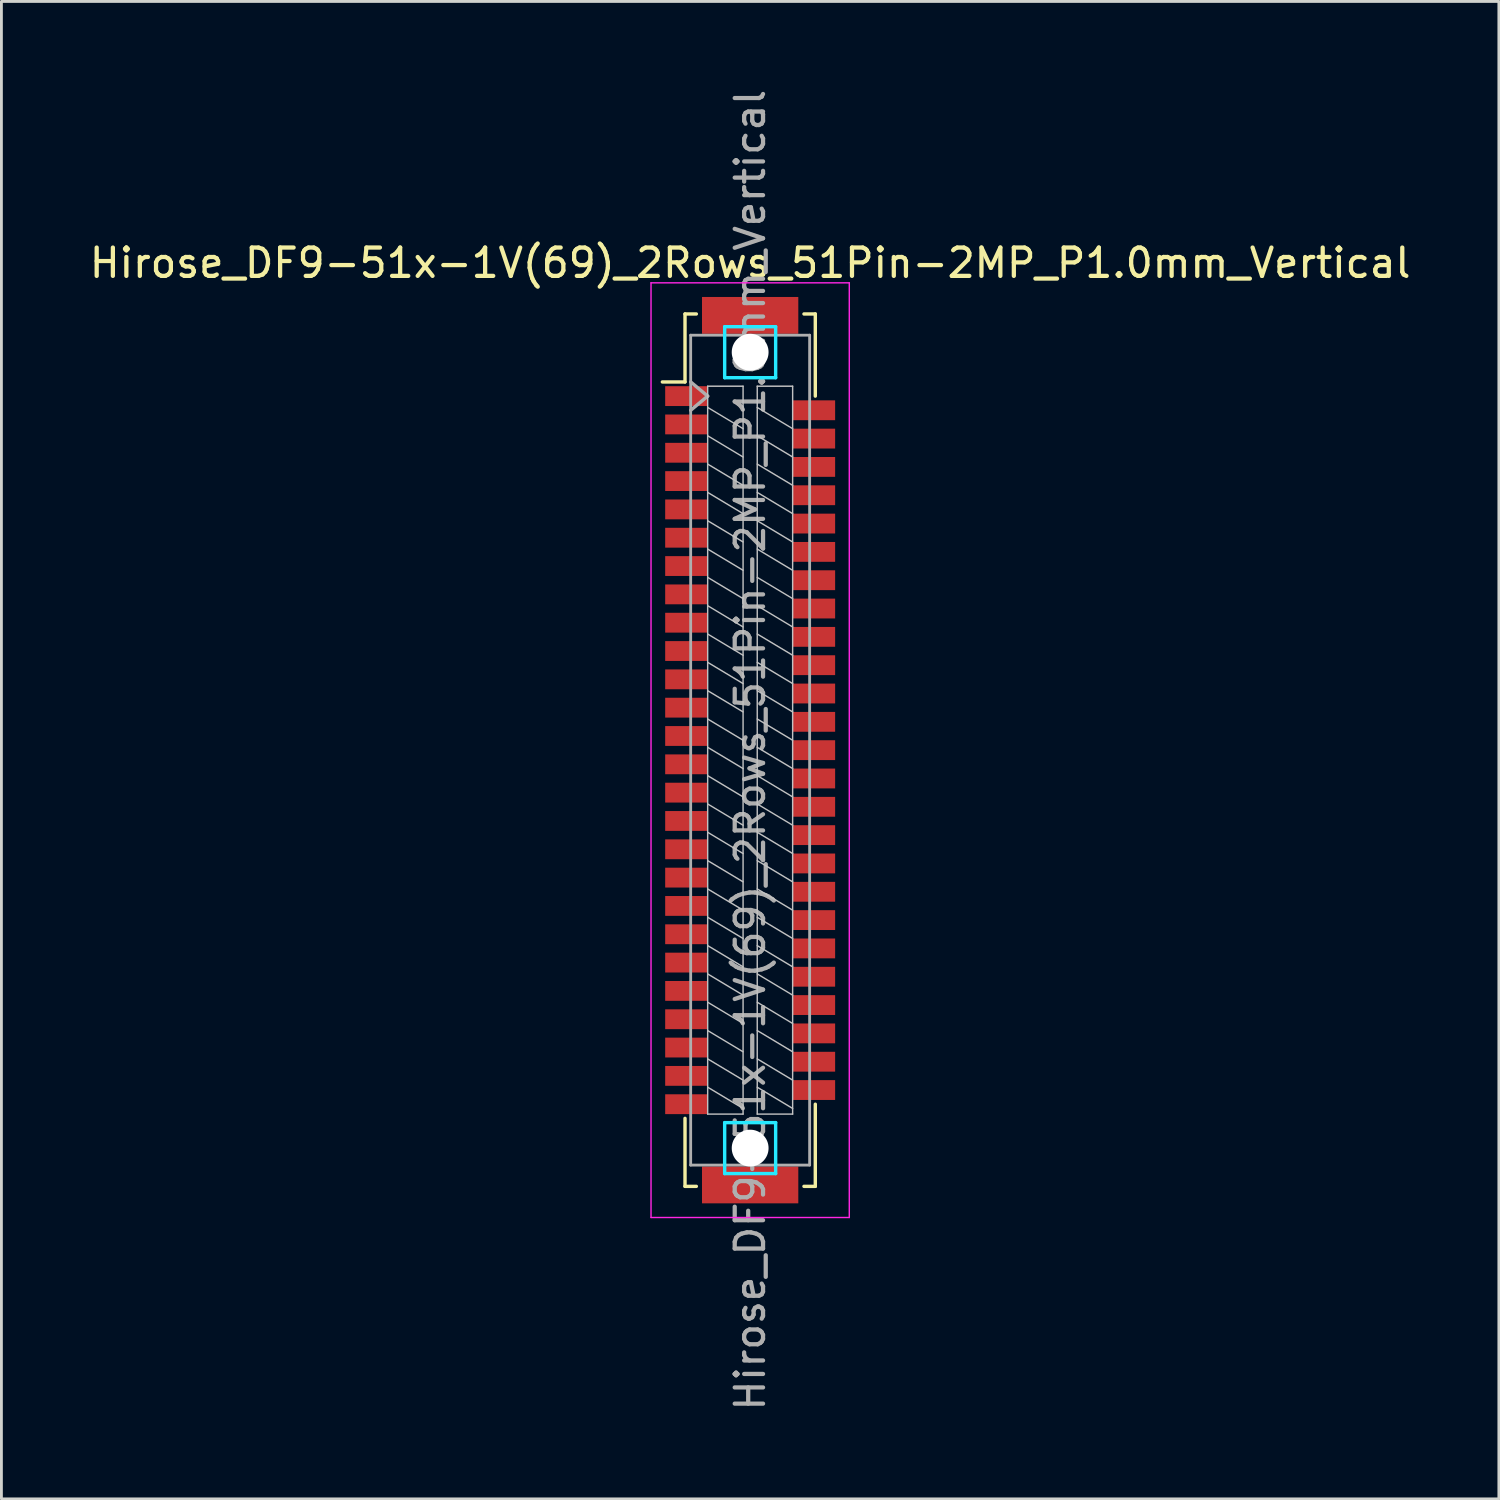
<source format=kicad_pcb>
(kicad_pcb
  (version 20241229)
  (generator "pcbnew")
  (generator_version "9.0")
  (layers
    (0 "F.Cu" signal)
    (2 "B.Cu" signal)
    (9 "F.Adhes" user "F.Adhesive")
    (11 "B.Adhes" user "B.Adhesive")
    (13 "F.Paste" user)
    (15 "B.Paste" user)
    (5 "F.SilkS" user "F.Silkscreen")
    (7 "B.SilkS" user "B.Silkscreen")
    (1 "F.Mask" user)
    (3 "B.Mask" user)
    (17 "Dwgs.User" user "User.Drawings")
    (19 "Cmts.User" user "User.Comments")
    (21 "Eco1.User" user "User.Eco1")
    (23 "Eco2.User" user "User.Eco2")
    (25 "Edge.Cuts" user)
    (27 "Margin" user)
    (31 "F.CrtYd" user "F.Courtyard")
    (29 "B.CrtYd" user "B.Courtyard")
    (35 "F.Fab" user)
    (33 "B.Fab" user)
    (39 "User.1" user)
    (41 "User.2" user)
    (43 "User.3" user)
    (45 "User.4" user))
  (footprint "Hirose_DF9-51x-1V(69)_2Rows_51Pin-2MP_P1.0mm_Vertical"
    (layer "F.Cu")
    (at 23.435 23.435)
    (property "Reference" "Hirose_DF9-51x-1V(69)_2Rows_51Pin-2MP_P1.0mm_Vertical" (at 0 -17.2 0) (layer "F.SilkS") (effects (font (size 1 1) (thickness 0.15))))
    (attr smd)
    (fp_line (start -3.1 -13) (end -2.3 -13) (stroke (width 0.12) (type solid)) (layer "F.SilkS"))
    (fp_line (start -2.3 -15.4) (end -1.9 -15.4) (stroke (width 0.12) (type solid)) (layer "F.SilkS"))
    (fp_line (start -2.3 -13) (end -2.3 -15.4) (stroke (width 0.12) (type solid)) (layer "F.SilkS"))
    (fp_line (start -2.3 13) (end -2.3 15.4) (stroke (width 0.12) (type solid)) (layer "F.SilkS"))
    (fp_line (start -2.3 15.4) (end -1.9 15.4) (stroke (width 0.12) (type solid)) (layer "F.SilkS"))
    (fp_line (start 2.3 -15.4) (end 1.9 -15.4) (stroke (width 0.12) (type solid)) (layer "F.SilkS"))
    (fp_line (start 2.3 -12.5) (end 2.3 -15.4) (stroke (width 0.12) (type solid)) (layer "F.SilkS"))
    (fp_line (start 2.3 12.5) (end 2.3 15.4) (stroke (width 0.12) (type solid)) (layer "F.SilkS"))
    (fp_line (start 2.3 15.4) (end 1.9 15.4) (stroke (width 0.12) (type solid)) (layer "F.SilkS"))
    (fp_line (start -1.5 -12.85) (end -0.25 -12.85) (stroke (width 0.05) (type solid)) (layer "Dwgs.User"))
    (fp_line (start -1.5 12.85) (end -1.5 -12.85) (stroke (width 0.05) (type solid)) (layer "Dwgs.User"))
    (fp_line (start -0.25 -12.85) (end -0.25 12.85) (stroke (width 0.05) (type solid)) (layer "Dwgs.User"))
    (fp_line (start -0.25 -11.35) (end -1.5 -12.1) (stroke (width 0.05) (type solid)) (layer "Dwgs.User"))
    (fp_line (start -0.25 -10.35) (end -1.5 -11.1) (stroke (width 0.05) (type solid)) (layer "Dwgs.User"))
    (fp_line (start -0.25 -9.35) (end -1.5 -10.1) (stroke (width 0.05) (type solid)) (layer "Dwgs.User"))
    (fp_line (start -0.25 -8.35) (end -1.5 -9.1) (stroke (width 0.05) (type solid)) (layer "Dwgs.User"))
    (fp_line (start -0.25 -7.35) (end -1.5 -8.1) (stroke (width 0.05) (type solid)) (layer "Dwgs.User"))
    (fp_line (start -0.25 -6.35) (end -1.5 -7.1) (stroke (width 0.05) (type solid)) (layer "Dwgs.User"))
    (fp_line (start -0.25 -5.35) (end -1.5 -6.1) (stroke (width 0.05) (type solid)) (layer "Dwgs.User"))
    (fp_line (start -0.25 -4.35) (end -1.5 -5.1) (stroke (width 0.05) (type solid)) (layer "Dwgs.User"))
    (fp_line (start -0.25 -3.35) (end -1.5 -4.1) (stroke (width 0.05) (type solid)) (layer "Dwgs.User"))
    (fp_line (start -0.25 -2.35) (end -1.5 -3.1) (stroke (width 0.05) (type solid)) (layer "Dwgs.User"))
    (fp_line (start -0.25 -1.35) (end -1.5 -2.1) (stroke (width 0.05) (type solid)) (layer "Dwgs.User"))
    (fp_line (start -0.25 -0.35) (end -1.5 -1.1) (stroke (width 0.05) (type solid)) (layer "Dwgs.User"))
    (fp_line (start -0.25 0.65) (end -1.5 -0.1) (stroke (width 0.05) (type solid)) (layer "Dwgs.User"))
    (fp_line (start -0.25 1.65) (end -1.5 0.9) (stroke (width 0.05) (type solid)) (layer "Dwgs.User"))
    (fp_line (start -0.25 2.65) (end -1.5 1.9) (stroke (width 0.05) (type solid)) (layer "Dwgs.User"))
    (fp_line (start -0.25 3.65) (end -1.5 2.9) (stroke (width 0.05) (type solid)) (layer "Dwgs.User"))
    (fp_line (start -0.25 4.65) (end -1.5 3.9) (stroke (width 0.05) (type solid)) (layer "Dwgs.User"))
    (fp_line (start -0.25 5.65) (end -1.5 4.9) (stroke (width 0.05) (type solid)) (layer "Dwgs.User"))
    (fp_line (start -0.25 6.65) (end -1.5 5.9) (stroke (width 0.05) (type solid)) (layer "Dwgs.User"))
    (fp_line (start -0.25 7.65) (end -1.5 6.9) (stroke (width 0.05) (type solid)) (layer "Dwgs.User"))
    (fp_line (start -0.25 8.65) (end -1.5 7.9) (stroke (width 0.05) (type solid)) (layer "Dwgs.User"))
    (fp_line (start -0.25 9.65) (end -1.5 8.9) (stroke (width 0.05) (type solid)) (layer "Dwgs.User"))
    (fp_line (start -0.25 10.65) (end -1.5 9.9) (stroke (width 0.05) (type solid)) (layer "Dwgs.User"))
    (fp_line (start -0.25 11.65) (end -1.5 10.9) (stroke (width 0.05) (type solid)) (layer "Dwgs.User"))
    (fp_line (start -0.25 12.65) (end -1.5 11.9) (stroke (width 0.05) (type solid)) (layer "Dwgs.User"))
    (fp_line (start -0.25 12.85) (end -1.5 12.85) (stroke (width 0.05) (type solid)) (layer "Dwgs.User"))
    (fp_line (start 0.25 -12.85) (end 1.5 -12.85) (stroke (width 0.05) (type solid)) (layer "Dwgs.User"))
    (fp_line (start 0.25 12.85) (end 0.25 -12.85) (stroke (width 0.05) (type solid)) (layer "Dwgs.User"))
    (fp_line (start 1.5 -12.85) (end 1.5 12.85) (stroke (width 0.05) (type solid)) (layer "Dwgs.User"))
    (fp_line (start 1.5 -11.35) (end 0.25 -12.1) (stroke (width 0.05) (type solid)) (layer "Dwgs.User"))
    (fp_line (start 1.5 -10.35) (end 0.25 -11.1) (stroke (width 0.05) (type solid)) (layer "Dwgs.User"))
    (fp_line (start 1.5 -9.35) (end 0.25 -10.1) (stroke (width 0.05) (type solid)) (layer "Dwgs.User"))
    (fp_line (start 1.5 -8.35) (end 0.25 -9.1) (stroke (width 0.05) (type solid)) (layer "Dwgs.User"))
    (fp_line (start 1.5 -7.35) (end 0.25 -8.1) (stroke (width 0.05) (type solid)) (layer "Dwgs.User"))
    (fp_line (start 1.5 -6.35) (end 0.25 -7.1) (stroke (width 0.05) (type solid)) (layer "Dwgs.User"))
    (fp_line (start 1.5 -5.35) (end 0.25 -6.1) (stroke (width 0.05) (type solid)) (layer "Dwgs.User"))
    (fp_line (start 1.5 -4.35) (end 0.25 -5.1) (stroke (width 0.05) (type solid)) (layer "Dwgs.User"))
    (fp_line (start 1.5 -3.35) (end 0.25 -4.1) (stroke (width 0.05) (type solid)) (layer "Dwgs.User"))
    (fp_line (start 1.5 -2.35) (end 0.25 -3.1) (stroke (width 0.05) (type solid)) (layer "Dwgs.User"))
    (fp_line (start 1.5 -1.35) (end 0.25 -2.1) (stroke (width 0.05) (type solid)) (layer "Dwgs.User"))
    (fp_line (start 1.5 -0.35) (end 0.25 -1.1) (stroke (width 0.05) (type solid)) (layer "Dwgs.User"))
    (fp_line (start 1.5 0.65) (end 0.25 -0.1) (stroke (width 0.05) (type solid)) (layer "Dwgs.User"))
    (fp_line (start 1.5 1.65) (end 0.25 0.9) (stroke (width 0.05) (type solid)) (layer "Dwgs.User"))
    (fp_line (start 1.5 2.65) (end 0.25 1.9) (stroke (width 0.05) (type solid)) (layer "Dwgs.User"))
    (fp_line (start 1.5 3.65) (end 0.25 2.9) (stroke (width 0.05) (type solid)) (layer "Dwgs.User"))
    (fp_line (start 1.5 4.65) (end 0.25 3.9) (stroke (width 0.05) (type solid)) (layer "Dwgs.User"))
    (fp_line (start 1.5 5.65) (end 0.25 4.9) (stroke (width 0.05) (type solid)) (layer "Dwgs.User"))
    (fp_line (start 1.5 6.65) (end 0.25 5.9) (stroke (width 0.05) (type solid)) (layer "Dwgs.User"))
    (fp_line (start 1.5 7.65) (end 0.25 6.9) (stroke (width 0.05) (type solid)) (layer "Dwgs.User"))
    (fp_line (start 1.5 8.65) (end 0.25 7.9) (stroke (width 0.05) (type solid)) (layer "Dwgs.User"))
    (fp_line (start 1.5 9.65) (end 0.25 8.9) (stroke (width 0.05) (type solid)) (layer "Dwgs.User"))
    (fp_line (start 1.5 10.65) (end 0.25 9.9) (stroke (width 0.05) (type solid)) (layer "Dwgs.User"))
    (fp_line (start 1.5 11.65) (end 0.25 10.9) (stroke (width 0.05) (type solid)) (layer "Dwgs.User"))
    (fp_line (start 1.5 12.65) (end 0.25 11.9) (stroke (width 0.05) (type solid)) (layer "Dwgs.User"))
    (fp_line (start 1.5 12.85) (end 0.25 12.85) (stroke (width 0.05) (type solid)) (layer "Dwgs.User"))
    (fp_line (start -0.9 -14.95) (end 0.9 -14.95) (stroke (width 0.12) (type solid)) (layer "B.CrtYd"))
    (fp_line (start -0.9 -13.15) (end -0.9 -14.95) (stroke (width 0.12) (type solid)) (layer "B.CrtYd"))
    (fp_line (start -0.9 13.15) (end 0.9 13.15) (stroke (width 0.12) (type solid)) (layer "B.CrtYd"))
    (fp_line (start -0.9 14.95) (end -0.9 13.15) (stroke (width 0.12) (type solid)) (layer "B.CrtYd"))
    (fp_line (start 0.9 -14.95) (end 0.9 -13.15) (stroke (width 0.12) (type solid)) (layer "B.CrtYd"))
    (fp_line (start 0.9 -13.15) (end -0.9 -13.15) (stroke (width 0.12) (type solid)) (layer "B.CrtYd"))
    (fp_line (start 0.9 13.15) (end 0.9 14.95) (stroke (width 0.12) (type solid)) (layer "B.CrtYd"))
    (fp_line (start 0.9 14.95) (end -0.9 14.95) (stroke (width 0.12) (type solid)) (layer "B.CrtYd"))
    (fp_line (start -3.5 -16.5) (end 3.5 -16.5) (stroke (width 0.05) (type solid)) (layer "F.CrtYd"))
    (fp_line (start -3.5 16.5) (end -3.5 -16.5) (stroke (width 0.05) (type solid)) (layer "F.CrtYd"))
    (fp_line (start 3.5 -16.5) (end 3.5 16.5) (stroke (width 0.05) (type solid)) (layer "F.CrtYd"))
    (fp_line (start 3.5 16.5) (end -3.5 16.5) (stroke (width 0.05) (type solid)) (layer "F.CrtYd"))
    (fp_line (start -2.1 -14.65) (end 2.1 -14.65) (stroke (width 0.1) (type solid)) (layer "F.Fab"))
    (fp_line (start -2.1 -13) (end -1.5 -12.5) (stroke (width 0.12) (type solid)) (layer "F.Fab"))
    (fp_line (start -2.1 14.65) (end -2.1 -14.65) (stroke (width 0.1) (type solid)) (layer "F.Fab"))
    (fp_line (start -1.5 -12.5) (end -2.1 -12) (stroke (width 0.12) (type solid)) (layer "F.Fab"))
    (fp_line (start 2.1 -14.65) (end 2.1 14.65) (stroke (width 0.1) (type solid)) (layer "F.Fab"))
    (fp_line (start 2.1 14.65) (end -2.1 14.65) (stroke (width 0.1) (type solid)) (layer "F.Fab"))
    (fp_text user "${REFERENCE}" (at 0 0 270) (layer "F.Fab") (effects (font (size 1 1) (thickness 0.15))))
    (pad "" np_thru_hole circle (at 0 -14.05 270) (size 1.3 1.3) (drill 1.3) (layers "*.Cu" "*.Mask"))
    (pad "" np_thru_hole circle (at 0 14.05 270) (size 1.3 1.3) (drill 1.3) (layers "*.Cu" "*.Mask"))
    (pad "1" smd rect (at -2.25 -12.5 270) (size 0.7 1.5) (layers "F.Cu" "F.Mask" "F.Paste"))
    (pad "2" smd rect (at 2.25 -12 270) (size 0.7 1.5) (layers "F.Cu" "F.Mask" "F.Paste"))
    (pad "3" smd rect (at -2.25 -11.5 270) (size 0.7 1.5) (layers "F.Cu" "F.Mask" "F.Paste"))
    (pad "4" smd rect (at 2.25 -11 270) (size 0.7 1.5) (layers "F.Cu" "F.Mask" "F.Paste"))
    (pad "5" smd rect (at -2.25 -10.5 270) (size 0.7 1.5) (layers "F.Cu" "F.Mask" "F.Paste"))
    (pad "6" smd rect (at 2.25 -10 270) (size 0.7 1.5) (layers "F.Cu" "F.Mask" "F.Paste"))
    (pad "7" smd rect (at -2.25 -9.5 270) (size 0.7 1.5) (layers "F.Cu" "F.Mask" "F.Paste"))
    (pad "8" smd rect (at 2.25 -9 270) (size 0.7 1.5) (layers "F.Cu" "F.Mask" "F.Paste"))
    (pad "9" smd rect (at -2.25 -8.5 270) (size 0.7 1.5) (layers "F.Cu" "F.Mask" "F.Paste"))
    (pad "10" smd rect (at 2.25 -8 270) (size 0.7 1.5) (layers "F.Cu" "F.Mask" "F.Paste"))
    (pad "11" smd rect (at -2.25 -7.5 270) (size 0.7 1.5) (layers "F.Cu" "F.Mask" "F.Paste"))
    (pad "12" smd rect (at 2.25 -7 270) (size 0.7 1.5) (layers "F.Cu" "F.Mask" "F.Paste"))
    (pad "13" smd rect (at -2.25 -6.5 270) (size 0.7 1.5) (layers "F.Cu" "F.Mask" "F.Paste"))
    (pad "14" smd rect (at 2.25 -6 270) (size 0.7 1.5) (layers "F.Cu" "F.Mask" "F.Paste"))
    (pad "15" smd rect (at -2.25 -5.5 270) (size 0.7 1.5) (layers "F.Cu" "F.Mask" "F.Paste"))
    (pad "16" smd rect (at 2.25 -5 270) (size 0.7 1.5) (layers "F.Cu" "F.Mask" "F.Paste"))
    (pad "17" smd rect (at -2.25 -4.5 270) (size 0.7 1.5) (layers "F.Cu" "F.Mask" "F.Paste"))
    (pad "18" smd rect (at 2.25 -4 270) (size 0.7 1.5) (layers "F.Cu" "F.Mask" "F.Paste"))
    (pad "19" smd rect (at -2.25 -3.5 270) (size 0.7 1.5) (layers "F.Cu" "F.Mask" "F.Paste"))
    (pad "20" smd rect (at 2.25 -3 270) (size 0.7 1.5) (layers "F.Cu" "F.Mask" "F.Paste"))
    (pad "21" smd rect (at -2.25 -2.5 270) (size 0.7 1.5) (layers "F.Cu" "F.Mask" "F.Paste"))
    (pad "22" smd rect (at 2.25 -2 270) (size 0.7 1.5) (layers "F.Cu" "F.Mask" "F.Paste"))
    (pad "23" smd rect (at -2.25 -1.5 270) (size 0.7 1.5) (layers "F.Cu" "F.Mask" "F.Paste"))
    (pad "24" smd rect (at 2.25 -1 270) (size 0.7 1.5) (layers "F.Cu" "F.Mask" "F.Paste"))
    (pad "25" smd rect (at -2.25 -0.5 270) (size 0.7 1.5) (layers "F.Cu" "F.Mask" "F.Paste"))
    (pad "26" smd rect (at 2.25 0 270) (size 0.7 1.5) (layers "F.Cu" "F.Mask" "F.Paste"))
    (pad "27" smd rect (at -2.25 0.5 270) (size 0.7 1.5) (layers "F.Cu" "F.Mask" "F.Paste"))
    (pad "28" smd rect (at 2.25 1 270) (size 0.7 1.5) (layers "F.Cu" "F.Mask" "F.Paste"))
    (pad "29" smd rect (at -2.25 1.5 270) (size 0.7 1.5) (layers "F.Cu" "F.Mask" "F.Paste"))
    (pad "30" smd rect (at 2.25 2 270) (size 0.7 1.5) (layers "F.Cu" "F.Mask" "F.Paste"))
    (pad "31" smd rect (at -2.25 2.5 270) (size 0.7 1.5) (layers "F.Cu" "F.Mask" "F.Paste"))
    (pad "32" smd rect (at 2.25 3 270) (size 0.7 1.5) (layers "F.Cu" "F.Mask" "F.Paste"))
    (pad "33" smd rect (at -2.25 3.5 270) (size 0.7 1.5) (layers "F.Cu" "F.Mask" "F.Paste"))
    (pad "34" smd rect (at 2.25 4 270) (size 0.7 1.5) (layers "F.Cu" "F.Mask" "F.Paste"))
    (pad "35" smd rect (at -2.25 4.5 270) (size 0.7 1.5) (layers "F.Cu" "F.Mask" "F.Paste"))
    (pad "36" smd rect (at 2.25 5 270) (size 0.7 1.5) (layers "F.Cu" "F.Mask" "F.Paste"))
    (pad "37" smd rect (at -2.25 5.5 270) (size 0.7 1.5) (layers "F.Cu" "F.Mask" "F.Paste"))
    (pad "38" smd rect (at 2.25 6 270) (size 0.7 1.5) (layers "F.Cu" "F.Mask" "F.Paste"))
    (pad "39" smd rect (at -2.25 6.5 270) (size 0.7 1.5) (layers "F.Cu" "F.Mask" "F.Paste"))
    (pad "40" smd rect (at 2.25 7 270) (size 0.7 1.5) (layers "F.Cu" "F.Mask" "F.Paste"))
    (pad "41" smd rect (at -2.25 7.5 270) (size 0.7 1.5) (layers "F.Cu" "F.Mask" "F.Paste"))
    (pad "42" smd rect (at 2.25 8 270) (size 0.7 1.5) (layers "F.Cu" "F.Mask" "F.Paste"))
    (pad "43" smd rect (at -2.25 8.5 270) (size 0.7 1.5) (layers "F.Cu" "F.Mask" "F.Paste"))
    (pad "44" smd rect (at 2.25 9 270) (size 0.7 1.5) (layers "F.Cu" "F.Mask" "F.Paste"))
    (pad "45" smd rect (at -2.25 9.5 270) (size 0.7 1.5) (layers "F.Cu" "F.Mask" "F.Paste"))
    (pad "46" smd rect (at 2.25 10 270) (size 0.7 1.5) (layers "F.Cu" "F.Mask" "F.Paste"))
    (pad "47" smd rect (at -2.25 10.5 270) (size 0.7 1.5) (layers "F.Cu" "F.Mask" "F.Paste"))
    (pad "48" smd rect (at 2.25 11 270) (size 0.7 1.5) (layers "F.Cu" "F.Mask" "F.Paste"))
    (pad "49" smd rect (at -2.25 11.5 270) (size 0.7 1.5) (layers "F.Cu" "F.Mask" "F.Paste"))
    (pad "50" smd rect (at 2.25 12 270) (size 0.7 1.5) (layers "F.Cu" "F.Mask" "F.Paste"))
    (pad "51" smd rect (at -2.25 12.5 270) (size 0.7 1.5) (layers "F.Cu" "F.Mask" "F.Paste"))
    (pad "MP" smd rect (at 0 -15.35 270) (size 1.3 3.4) (layers "F.Cu" "F.Mask" "F.Paste"))
    (pad "MP" smd rect (at 0 15.35 270) (size 1.3 3.4) (layers "F.Cu" "F.Mask" "F.Paste")))
  (gr_rect
    (start -3 -3)
    (end 49.869 49.869)
    (stroke (width 0.1) (type default))
    (fill no)
    (layer "Edge.Cuts")))
</source>
